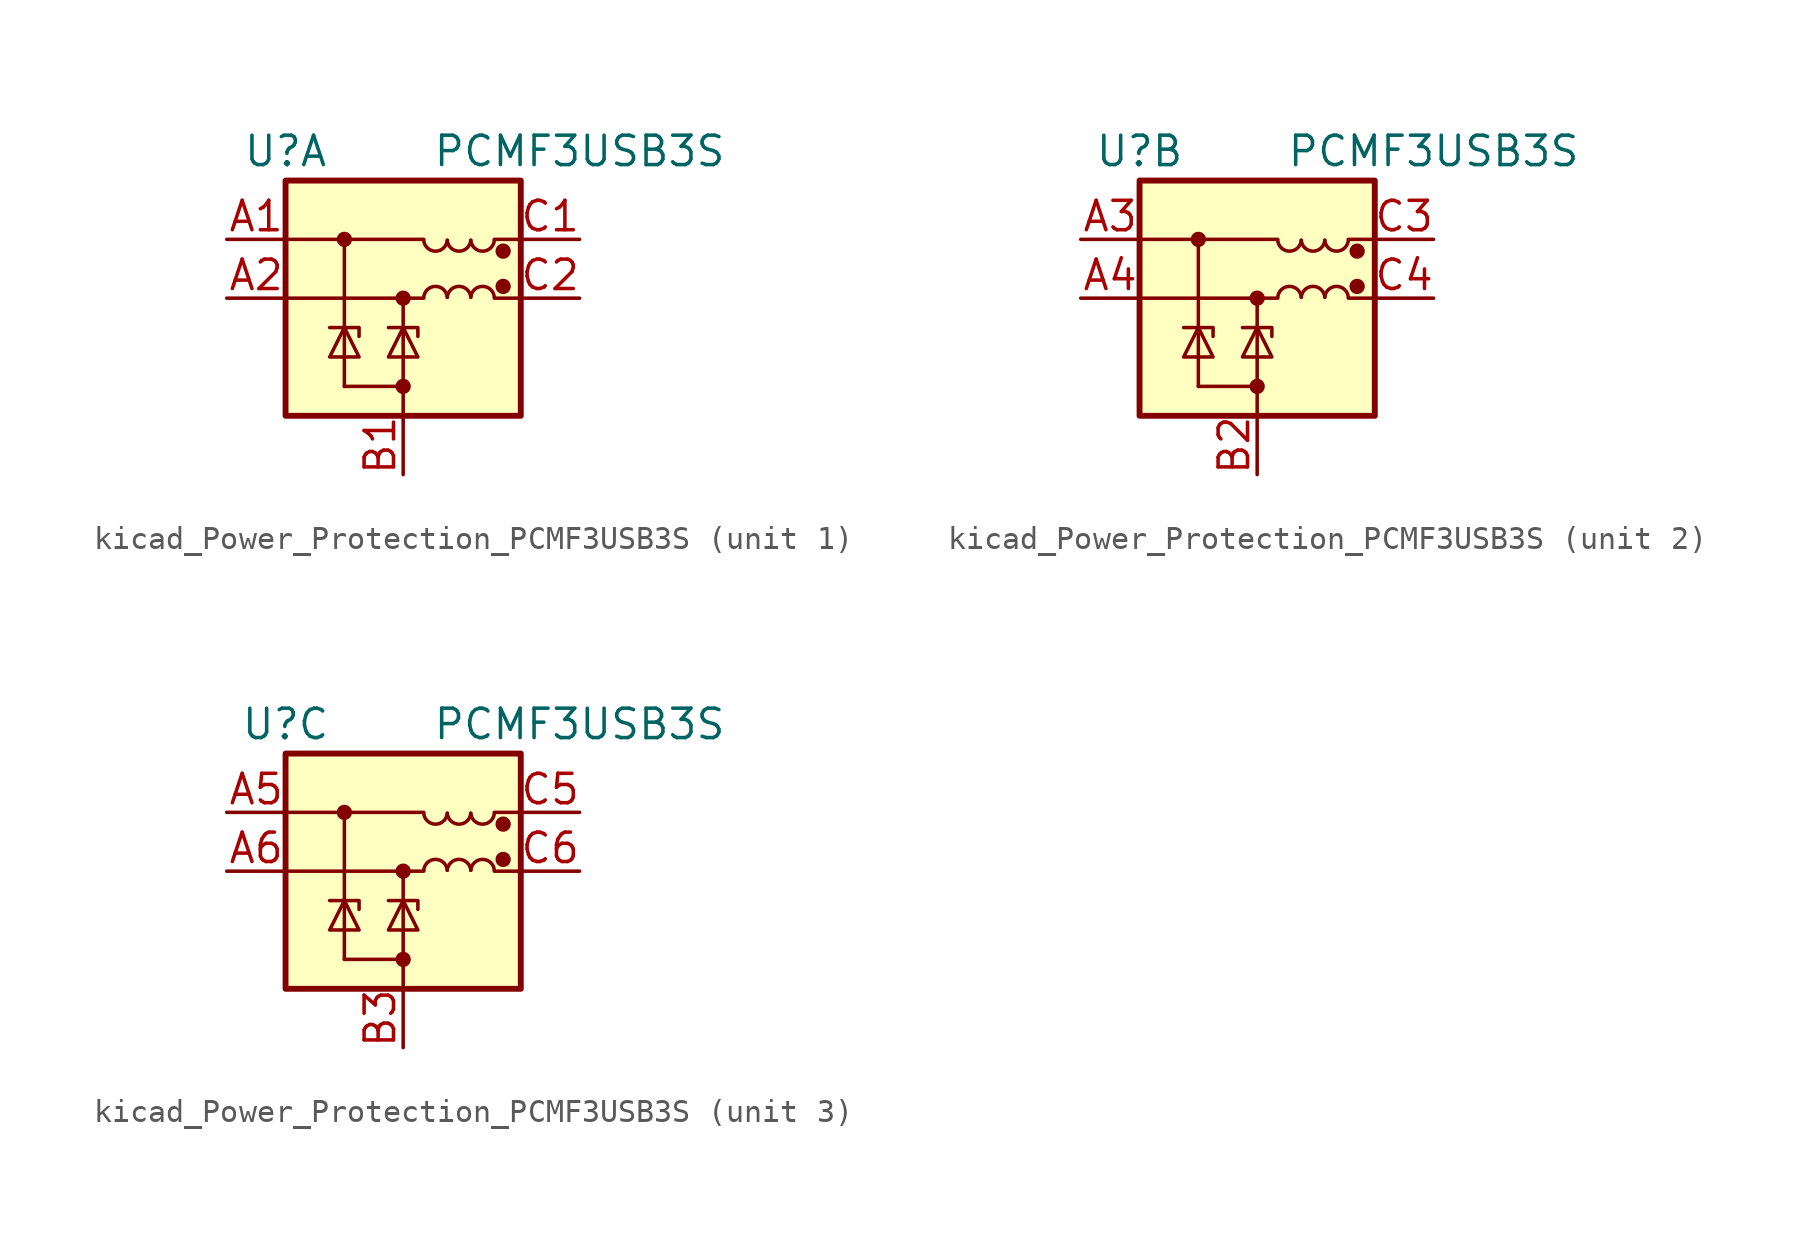
<source format=kicad_sym>
(kicad_symbol_lib
  (version 20220914)
  (generator kicad_symbol_editor)
  (symbol "kicad_Power_Protection_PCMF3USB3S"
    (pin_names
      (offset 0.025) hide)
    (property "Reference" "U"
      (at -5.08 6.35 0)
      (effects (font (size 1.27 1.27))))
    (property "Value" "PCMF3USB3S"
      (at 7.62 6.35 0)
      (effects (font (size 1.27 1.27))))
    (symbol "kicad_Power_Protection_PCMF3USB3S_0_1"
      (rectangle (start -5.08 5.08) (end 5.08 -5.08) (stroke (width 0.254) (type default)) (fill (type background)))
      (polyline (pts (xy -5.08 0) (xy 0.889 0)) (stroke (width 0) (type default)) (fill (type none)))
      (polyline (pts (xy -5.08 2.54) (xy 0.889 2.54)) (stroke (width 0) (type default)) (fill (type none)))
      (polyline (pts (xy -2.54 2.54) (xy -2.54 -3.81)) (stroke (width 0) (type default)) (fill (type none)))
      (polyline (pts (xy 0 0) (xy 0 -5.08)) (stroke (width 0) (type default)) (fill (type none)))
      (polyline (pts (xy 5.08 0) (xy 3.937 0)) (stroke (width 0) (type default)) (fill (type none)))
      (polyline (pts (xy 5.08 2.54) (xy 3.937 2.54)) (stroke (width 0) (type default)) (fill (type none)))
      (arc (start 0.889 2.5023) (mid 1.397 2.0306) (end 1.905 2.5023) (stroke (width 0) (type default)) (fill (type none)))
      (arc (start 1.905 0.0377) (mid 1.397 0.5094) (end 0.889 0.0377) (stroke (width 0) (type default)) (fill (type none)))
      (arc (start 1.905 2.5023) (mid 2.413 2.0306) (end 2.921 2.5023) (stroke (width 0) (type default)) (fill (type none)))
      (arc (start 2.921 0.0377) (mid 2.413 0.5094) (end 1.905 0.0377) (stroke (width 0) (type default)) (fill (type none)))
      (arc (start 2.921 2.5023) (mid 3.429 2.0306) (end 3.937 2.5023) (stroke (width 0) (type default)) (fill (type none)))
      (arc (start 3.937 0.0377) (mid 3.429 0.5094) (end 2.921 0.0377) (stroke (width 0) (type default)) (fill (type none))))
    (symbol "kicad_Power_Protection_PCMF3USB3S_1_1"
      (circle (center -2.54 2.54) (radius 0.254) (stroke (width 0) (type default)) (fill (type outline)))
      (circle (center 0 -3.81) (radius 0.254) (stroke (width 0) (type default)) (fill (type outline)))
      (polyline (pts (xy 0 -3.81) (xy -2.54 -3.81)) (stroke (width 0) (type default)) (fill (type none)))
      (polyline (pts (xy -1.905 -1.651) (xy -1.905 -1.27) (xy -3.175 -1.27)) (stroke (width 0) (type default)) (fill (type none)))
      (polyline (pts (xy 0.635 -1.651) (xy 0.635 -1.27) (xy -0.635 -1.27)) (stroke (width 0) (type default)) (fill (type none)))
      (polyline (pts (xy -3.175 -2.54) (xy -1.905 -2.54) (xy -2.54 -1.27) (xy -3.175 -2.54)) (stroke (width 0) (type default)) (fill (type none)))
      (polyline (pts (xy -0.635 -2.54) (xy 0.635 -2.54) (xy 0 -1.27) (xy -0.635 -2.54)) (stroke (width 0) (type default)) (fill (type none)))
      (circle (center 0 0) (radius 0.254) (stroke (width 0) (type default)) (fill (type outline)))
      (circle (center 4.318 0.508) (radius 0.254) (stroke (width 0) (type default)) (fill (type outline)))
      (circle (center 4.318 2.032) (radius 0.254) (stroke (width 0) (type default)) (fill (type outline)))
      (pin passive line (at -7.62 2.54 0) (length 2.54) (name "CH1_IN+" (effects (font (size 1.27 1.27)))) (number "A1" (effects (font (size 1.27 1.27)))))
      (pin passive line (at -7.62 0 0) (length 2.54) (name "CH1_IN-" (effects (font (size 1.27 1.27)))) (number "A2" (effects (font (size 1.27 1.27)))))
      (pin power_in line (at 0 -7.62 90) (length 2.54) (name "GND_CH1" (effects (font (size 1.27 1.27)))) (number "B1" (effects (font (size 1.27 1.27)))))
      (pin passive line (at 7.62 2.54 180) (length 2.54) (name "CH1_OUT+" (effects (font (size 1.27 1.27)))) (number "C1" (effects (font (size 1.27 1.27)))))
      (pin passive line (at 7.62 0 180) (length 2.54) (name "CH1_OUT-" (effects (font (size 1.27 1.27)))) (number "C2" (effects (font (size 1.27 1.27))))))
    (symbol "kicad_Power_Protection_PCMF3USB3S_2_1"
      (circle (center -2.54 2.54) (radius 0.254) (stroke (width 0) (type default)) (fill (type outline)))
      (circle (center 0 -3.81) (radius 0.254) (stroke (width 0) (type default)) (fill (type outline)))
      (polyline (pts (xy 0 -3.81) (xy -2.54 -3.81)) (stroke (width 0) (type default)) (fill (type none)))
      (polyline (pts (xy -1.905 -1.651) (xy -1.905 -1.27) (xy -3.175 -1.27)) (stroke (width 0) (type default)) (fill (type none)))
      (polyline (pts (xy 0.635 -1.651) (xy 0.635 -1.27) (xy -0.635 -1.27)) (stroke (width 0) (type default)) (fill (type none)))
      (polyline (pts (xy -3.175 -2.54) (xy -1.905 -2.54) (xy -2.54 -1.27) (xy -3.175 -2.54)) (stroke (width 0) (type default)) (fill (type none)))
      (polyline (pts (xy -0.635 -2.54) (xy 0.635 -2.54) (xy 0 -1.27) (xy -0.635 -2.54)) (stroke (width 0) (type default)) (fill (type none)))
      (circle (center 0 0) (radius 0.254) (stroke (width 0) (type default)) (fill (type outline)))
      (circle (center 4.318 0.508) (radius 0.254) (stroke (width 0) (type default)) (fill (type outline)))
      (circle (center 4.318 2.032) (radius 0.254) (stroke (width 0) (type default)) (fill (type outline)))
      (pin passive line (at -7.62 2.54 0) (length 2.54) (name "CH2_IN+" (effects (font (size 1.27 1.27)))) (number "A3" (effects (font (size 1.27 1.27)))))
      (pin passive line (at -7.62 0 0) (length 2.54) (name "CH2_IN-" (effects (font (size 1.27 1.27)))) (number "A4" (effects (font (size 1.27 1.27)))))
      (pin power_in line (at 0 -7.62 90) (length 2.54) (name "GND_CH2" (effects (font (size 1.27 1.27)))) (number "B2" (effects (font (size 1.27 1.27)))))
      (pin passive line (at 7.62 2.54 180) (length 2.54) (name "CH2_OUT+" (effects (font (size 1.27 1.27)))) (number "C3" (effects (font (size 1.27 1.27)))))
      (pin passive line (at 7.62 0 180) (length 2.54) (name "CH2_OUT-" (effects (font (size 1.27 1.27)))) (number "C4" (effects (font (size 1.27 1.27))))))
    (symbol "kicad_Power_Protection_PCMF3USB3S_3_1"
      (circle (center -2.54 2.54) (radius 0.254) (stroke (width 0) (type default)) (fill (type outline)))
      (circle (center 0 -3.81) (radius 0.254) (stroke (width 0) (type default)) (fill (type outline)))
      (polyline (pts (xy 0 -3.81) (xy -2.54 -3.81)) (stroke (width 0) (type default)) (fill (type none)))
      (polyline (pts (xy -1.905 -1.651) (xy -1.905 -1.27) (xy -3.175 -1.27)) (stroke (width 0) (type default)) (fill (type none)))
      (polyline (pts (xy 0.635 -1.651) (xy 0.635 -1.27) (xy -0.635 -1.27)) (stroke (width 0) (type default)) (fill (type none)))
      (polyline (pts (xy -3.175 -2.54) (xy -1.905 -2.54) (xy -2.54 -1.27) (xy -3.175 -2.54)) (stroke (width 0) (type default)) (fill (type none)))
      (polyline (pts (xy -0.635 -2.54) (xy 0.635 -2.54) (xy 0 -1.27) (xy -0.635 -2.54)) (stroke (width 0) (type default)) (fill (type none)))
      (circle (center 0 0) (radius 0.254) (stroke (width 0) (type default)) (fill (type outline)))
      (circle (center 4.318 0.508) (radius 0.254) (stroke (width 0) (type default)) (fill (type outline)))
      (circle (center 4.318 2.032) (radius 0.254) (stroke (width 0) (type default)) (fill (type outline)))
      (pin passive line (at -7.62 2.54 0) (length 2.54) (name "CH3_IN+" (effects (font (size 1.27 1.27)))) (number "A5" (effects (font (size 1.27 1.27)))))
      (pin passive line (at -7.62 0 0) (length 2.54) (name "CH3_IN-" (effects (font (size 1.27 1.27)))) (number "A6" (effects (font (size 1.27 1.27)))))
      (pin power_in line (at 0 -7.62 90) (length 2.54) (name "GND_CH3" (effects (font (size 1.27 1.27)))) (number "B3" (effects (font (size 1.27 1.27)))))
      (pin passive line (at 7.62 2.54 180) (length 2.54) (name "CH3_OUT+" (effects (font (size 1.27 1.27)))) (number "C5" (effects (font (size 1.27 1.27)))))
      (pin passive line (at 7.62 0 180) (length 2.54) (name "CH3_OUT-" (effects (font (size 1.27 1.27)))) (number "C6" (effects (font (size 1.27 1.27))))))))
</source>
